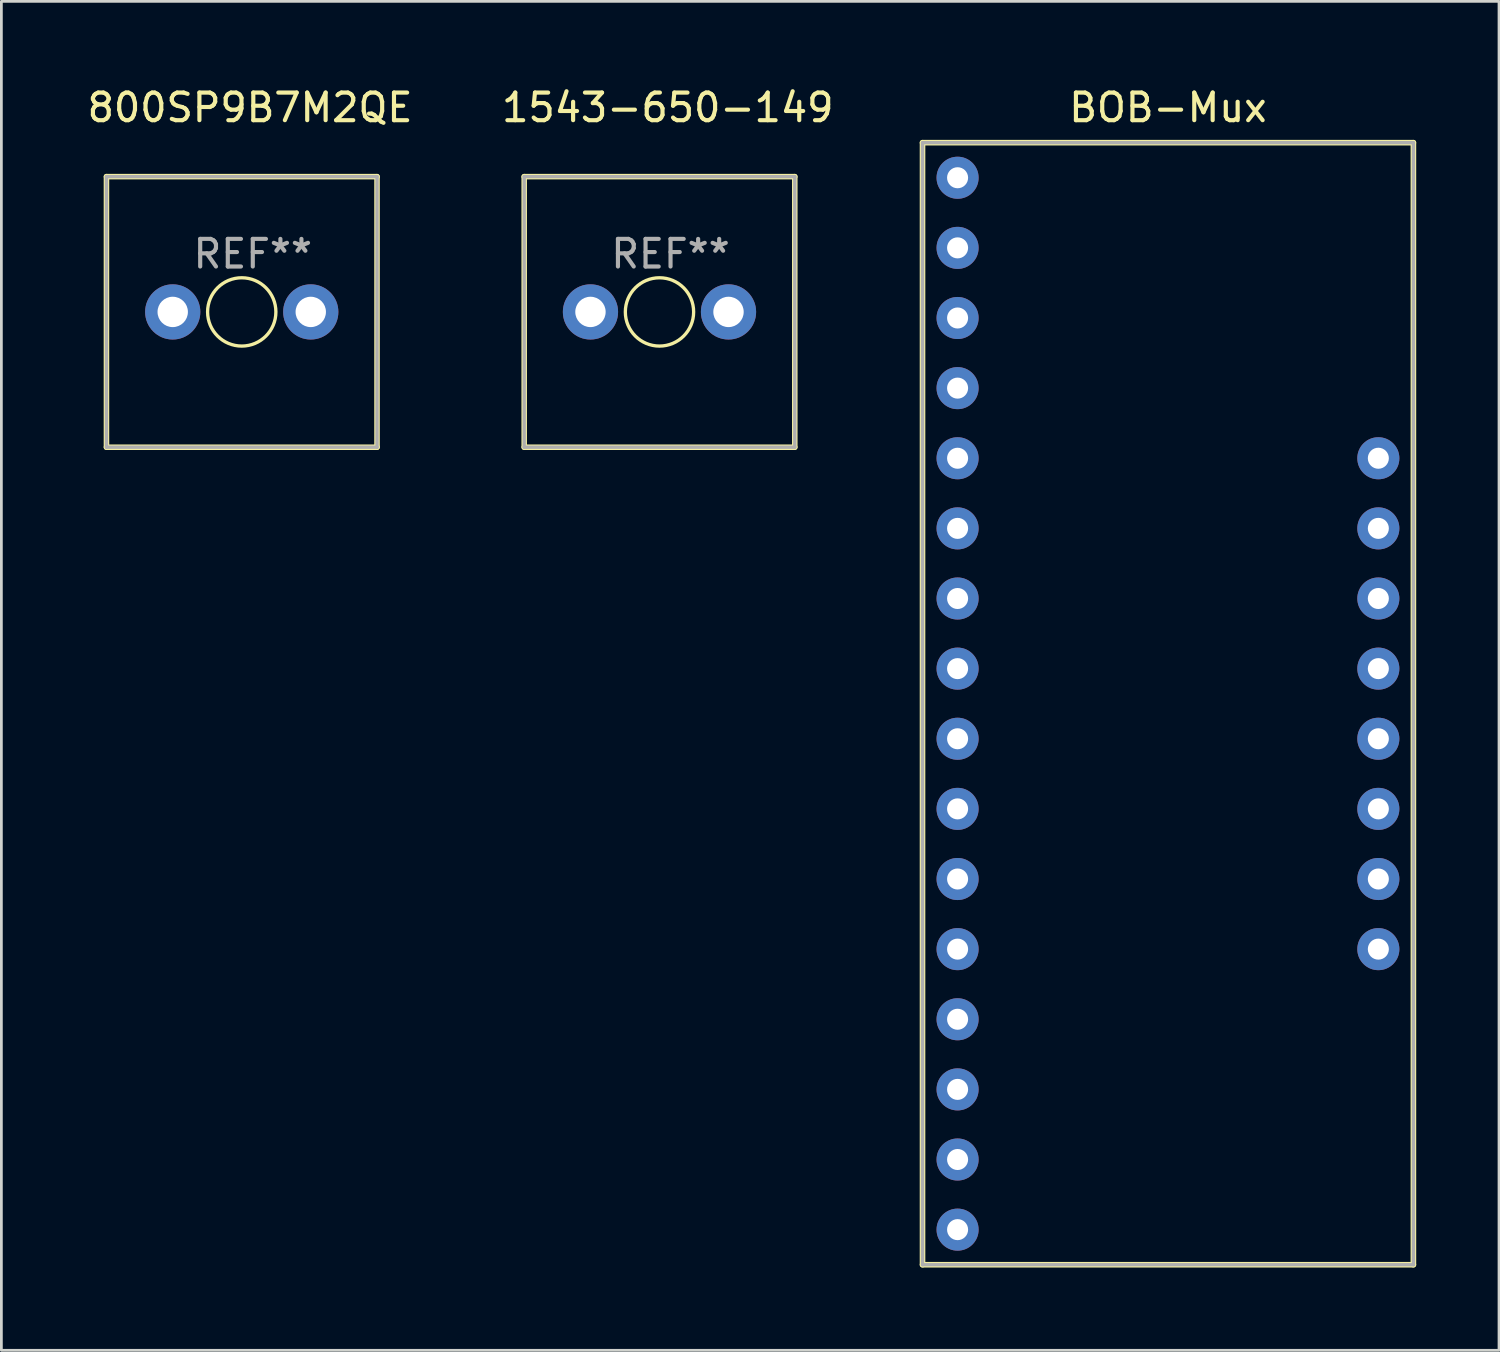
<source format=kicad_pcb>
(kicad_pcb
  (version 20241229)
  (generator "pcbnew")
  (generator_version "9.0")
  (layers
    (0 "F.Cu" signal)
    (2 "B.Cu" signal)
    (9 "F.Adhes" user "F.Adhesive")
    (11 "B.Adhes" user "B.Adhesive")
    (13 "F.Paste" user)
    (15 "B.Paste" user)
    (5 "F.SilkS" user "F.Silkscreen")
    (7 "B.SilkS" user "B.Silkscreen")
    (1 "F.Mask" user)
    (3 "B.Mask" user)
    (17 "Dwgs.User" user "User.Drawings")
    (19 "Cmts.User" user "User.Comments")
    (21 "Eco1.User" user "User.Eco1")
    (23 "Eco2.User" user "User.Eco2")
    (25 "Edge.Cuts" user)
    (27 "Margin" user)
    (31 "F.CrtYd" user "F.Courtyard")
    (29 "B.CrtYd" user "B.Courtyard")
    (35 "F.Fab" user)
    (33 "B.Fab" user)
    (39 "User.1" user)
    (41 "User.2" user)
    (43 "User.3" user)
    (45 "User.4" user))
  (footprint "BOB-Mux"
    (layer "F.Cu")
    (at 39.254 22.438)
    (property "Reference" "BOB-Mux" (at 0 -21.59 0) (layer "F.SilkS") (effects (font (size 1 1) (thickness 0.15))))
    (attr through_hole)
    (fp_line (start -8.89 -20.32) (end 8.89 -20.32) (stroke (width 0.203) (type solid)) (layer "F.SilkS"))
    (fp_line (start -8.89 20.32) (end -8.89 -20.32) (stroke (width 0.203) (type solid)) (layer "F.SilkS"))
    (fp_line (start 8.89 -20.32) (end 8.89 20.32) (stroke (width 0.203) (type solid)) (layer "F.SilkS"))
    (fp_line (start 8.89 20.32) (end -8.89 20.32) (stroke (width 0.203) (type solid)) (layer "F.SilkS"))
    (fp_line (start -8.89 -20.32) (end -8.89 20.32) (stroke (width 0.12) (type solid)) (layer "F.Fab"))
    (fp_line (start -8.89 -20.32) (end 8.89 -20.32) (stroke (width 0.12) (type solid)) (layer "F.Fab"))
    (fp_line (start -8.89 20.32) (end 8.89 20.32) (stroke (width 0.12) (type solid)) (layer "F.Fab"))
    (fp_line (start 8.89 -20.32) (end 8.89 20.32) (stroke (width 0.12) (type solid)) (layer "F.Fab"))
    (pad "1" thru_hole circle (at 7.62 8.89) (size 1.524 1.524) (drill 0.762) (layers "*.Cu" "*.Mask"))
    (pad "2" thru_hole circle (at 7.62 6.35) (size 1.524 1.524) (drill 0.762) (layers "*.Cu" "*.Mask"))
    (pad "3" thru_hole circle (at 7.62 3.81) (size 1.524 1.524) (drill 0.762) (layers "*.Cu" "*.Mask"))
    (pad "4" thru_hole circle (at 7.62 1.27) (size 1.524 1.524) (drill 0.762) (layers "*.Cu" "*.Mask"))
    (pad "5" thru_hole circle (at 7.62 -1.27) (size 1.524 1.524) (drill 0.762) (layers "*.Cu" "*.Mask"))
    (pad "6" thru_hole circle (at 7.62 -3.81) (size 1.524 1.524) (drill 0.762) (layers "*.Cu" "*.Mask"))
    (pad "7" thru_hole circle (at 7.62 -6.35) (size 1.524 1.524) (drill 0.762) (layers "*.Cu" "*.Mask"))
    (pad "8" thru_hole circle (at 7.62 -8.89) (size 1.524 1.524) (drill 0.762) (layers "*.Cu" "*.Mask"))
    (pad "9" thru_hole circle (at -7.62 19.05) (size 1.524 1.524) (drill 0.762) (layers "*.Cu" "*.Mask"))
    (pad "10" thru_hole circle (at -7.62 16.51) (size 1.524 1.524) (drill 0.762) (layers "*.Cu" "*.Mask"))
    (pad "11" thru_hole circle (at -7.62 13.97) (size 1.524 1.524) (drill 0.762) (layers "*.Cu" "*.Mask"))
    (pad "12" thru_hole circle (at -7.62 11.43) (size 1.524 1.524) (drill 0.762) (layers "*.Cu" "*.Mask"))
    (pad "13" thru_hole circle (at -7.62 8.89) (size 1.524 1.524) (drill 0.762) (layers "*.Cu" "*.Mask"))
    (pad "14" thru_hole circle (at -7.62 6.35) (size 1.524 1.524) (drill 0.762) (layers "*.Cu" "*.Mask"))
    (pad "15" thru_hole circle (at -7.62 3.81) (size 1.524 1.524) (drill 0.762) (layers "*.Cu" "*.Mask"))
    (pad "16" thru_hole circle (at -7.62 1.27) (size 1.524 1.524) (drill 0.762) (layers "*.Cu" "*.Mask"))
    (pad "17" thru_hole circle (at -7.62 -1.27) (size 1.524 1.524) (drill 0.762) (layers "*.Cu" "*.Mask"))
    (pad "18" thru_hole circle (at -7.62 -3.81) (size 1.524 1.524) (drill 0.762) (layers "*.Cu" "*.Mask"))
    (pad "19" thru_hole circle (at -7.62 -6.35) (size 1.524 1.524) (drill 0.762) (layers "*.Cu" "*.Mask"))
    (pad "20" thru_hole circle (at -7.62 -8.89) (size 1.524 1.524) (drill 0.762) (layers "*.Cu" "*.Mask"))
    (pad "21" thru_hole circle (at -7.62 -11.43) (size 1.524 1.524) (drill 0.762) (layers "*.Cu" "*.Mask"))
    (pad "22" thru_hole circle (at -7.62 -13.97) (size 1.524 1.524) (drill 0.762) (layers "*.Cu" "*.Mask"))
    (pad "23" thru_hole circle (at -7.62 -16.51) (size 1.524 1.524) (drill 0.762) (layers "*.Cu" "*.Mask"))
    (pad "24" thru_hole circle (at -7.62 -19.05) (size 1.524 1.524) (drill 0.762) (layers "*.Cu" "*.Mask")))
  (footprint "800SP9B7M2QE"
    (layer "F.Cu")
    (at 5.706 8.248)
    (property "Reference" "800SP9B7M2QE" (at 0.3 -7.4 0) (layer "F.SilkS") (effects (font (size 1 1) (thickness 0.15))))
    (attr through_hole)
    (fp_line (start -4.9 -4.9) (end -4.9 4.9) (stroke (width 0.2) (type solid)) (layer "F.SilkS"))
    (fp_line (start -4.9 4.9) (end 4.9 4.9) (stroke (width 0.2) (type solid)) (layer "F.SilkS"))
    (fp_line (start 4.9 -4.9) (end -4.9 -4.9) (stroke (width 0.2) (type solid)) (layer "F.SilkS"))
    (fp_line (start 4.9 4.9) (end 4.9 -4.9) (stroke (width 0.2) (type solid)) (layer "F.SilkS"))
    (fp_circle (center 0 0) (end 1.2 0.3) (stroke (width 0.12) (type solid)) (fill no) (layer "F.SilkS"))
    (fp_line (start -4.9 -4.9) (end -4.9 4.9) (stroke (width 0.12) (type solid)) (layer "F.Fab"))
    (fp_line (start -4.9 4.9) (end 4.9 4.9) (stroke (width 0.12) (type solid)) (layer "F.Fab"))
    (fp_line (start 4.9 -4.9) (end -4.9 -4.9) (stroke (width 0.12) (type solid)) (layer "F.Fab"))
    (fp_line (start 4.9 4.9) (end 4.9 -4.9) (stroke (width 0.12) (type solid)) (layer "F.Fab"))
    (fp_text user "REF**" (at 0.4 -2.1 0) (layer "F.Fab") (effects (font (size 1 1) (thickness 0.15))))
    (pad "1" thru_hole circle (at -2.5 0) (size 2 2) (drill 1.1) (layers "*.Cu" "*.Mask"))
    (pad "2" thru_hole circle (at 2.5 0) (size 2 2) (drill 1.1) (layers "*.Cu" "*.Mask")))
  (footprint "1543-650-149"
    (layer "F.Cu")
    (at 20.837 8.248)
    (property "Reference" "1543-650-149" (at 0.3 -7.4 0) (layer "F.SilkS") (effects (font (size 1 1) (thickness 0.15))))
    (attr through_hole)
    (fp_line (start -4.9 -4.9) (end -4.9 4.9) (stroke (width 0.2) (type solid)) (layer "F.SilkS"))
    (fp_line (start -4.9 4.9) (end 4.9 4.9) (stroke (width 0.2) (type solid)) (layer "F.SilkS"))
    (fp_line (start 4.9 -4.9) (end -4.9 -4.9) (stroke (width 0.2) (type solid)) (layer "F.SilkS"))
    (fp_line (start 4.9 4.9) (end 4.9 -4.9) (stroke (width 0.2) (type solid)) (layer "F.SilkS"))
    (fp_circle (center 0 0) (end 1.2 0.3) (stroke (width 0.12) (type solid)) (fill no) (layer "F.SilkS"))
    (fp_line (start -4.9 -4.9) (end -4.9 4.9) (stroke (width 0.12) (type solid)) (layer "F.Fab"))
    (fp_line (start -4.9 4.9) (end 4.9 4.9) (stroke (width 0.12) (type solid)) (layer "F.Fab"))
    (fp_line (start 4.9 -4.9) (end -4.9 -4.9) (stroke (width 0.12) (type solid)) (layer "F.Fab"))
    (fp_line (start 4.9 4.9) (end 4.9 -4.9) (stroke (width 0.12) (type solid)) (layer "F.Fab"))
    (fp_text user "REF**" (at 0.4 -2.1 0) (layer "F.Fab") (effects (font (size 1 1) (thickness 0.15))))
    (pad "1" thru_hole circle (at -2.5 0) (size 2 2) (drill 1.1) (layers "*.Cu" "*.Mask"))
    (pad "2" thru_hole circle (at 2.5 0) (size 2 2) (drill 1.1) (layers "*.Cu" "*.Mask")))
  (gr_rect
    (start -3 -3)
    (end 51.245 45.86)
    (stroke (width 0.1) (type default))
    (fill no)
    (layer "Edge.Cuts")))
</source>
